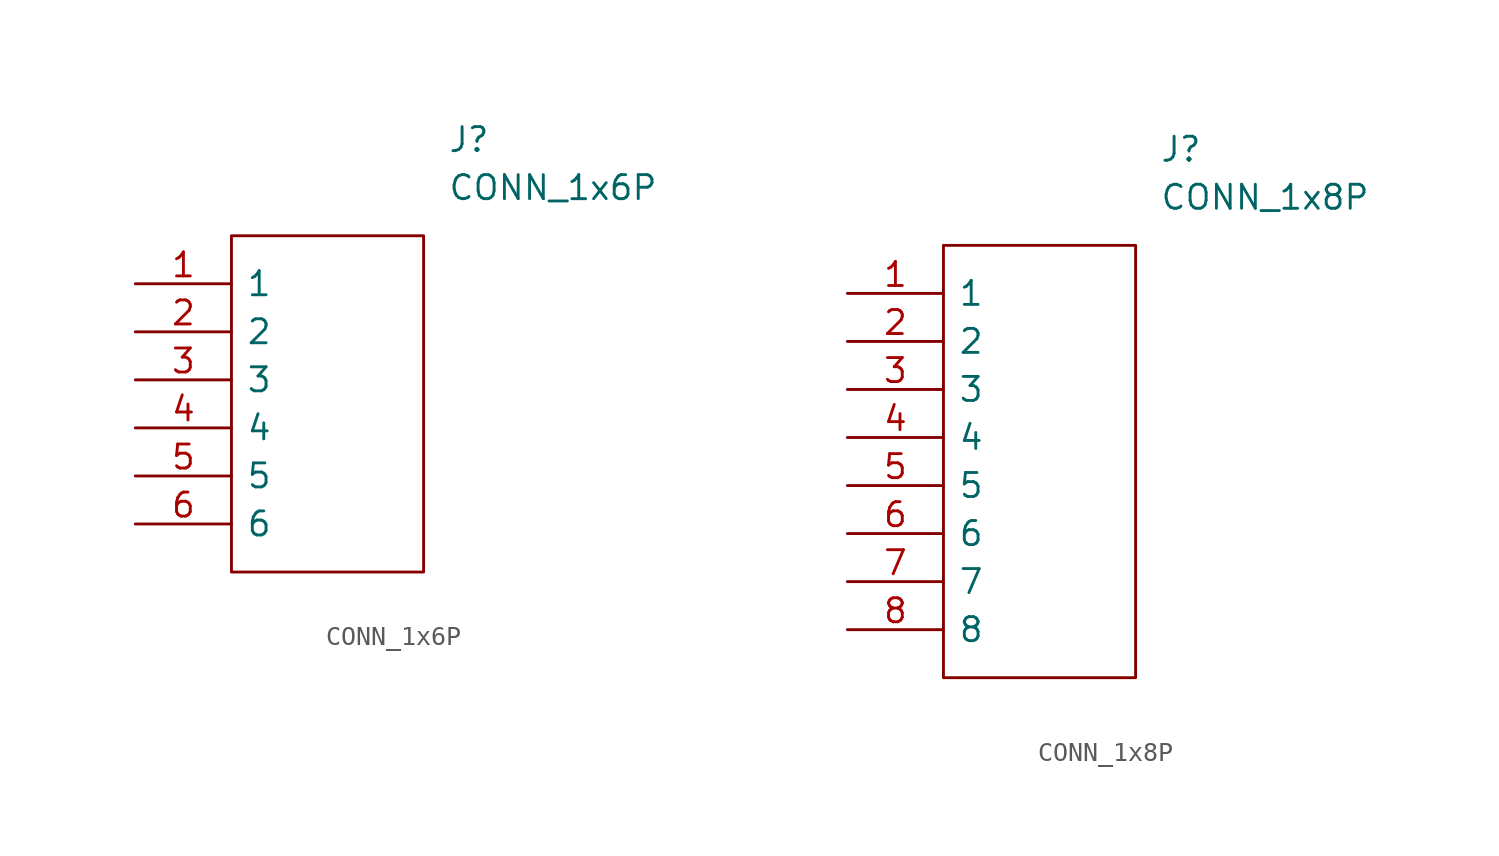
<source format=kicad_sym>
(kicad_symbol_lib
  (version 20211014)
  (generator kicad_symbol_editor)
  (symbol "CONN_1x6P"
    (pin_names
      (offset 0.762))
    (property "Reference" "J"
      (at 16.51 7.62 0)
      (effects (font (size 1.27 1.27)) (justify left)))
    (property "Value" "CONN_1x6P"
      (at 16.51 5.08 0)
      (effects (font (size 1.27 1.27)) (justify left)))
    (symbol "CONN_1x6P_0_0"
      (pin passive line (at 0 -2.54 0) (length 5.08) (name "2" (effects (font (size 1.27 1.27)))) (number "2" (effects (font (size 1.27 1.27)))))
      (pin passive line (at 0 -5.08 0) (length 5.08) (name "3" (effects (font (size 1.27 1.27)))) (number "3" (effects (font (size 1.27 1.27)))))
      (pin passive line (at 0 -7.62 0) (length 5.08) (name "4" (effects (font (size 1.27 1.27)))) (number "4" (effects (font (size 1.27 1.27)))))
      (pin passive line (at 0 -10.16 0) (length 5.08) (name "5" (effects (font (size 1.27 1.27)))) (number "5" (effects (font (size 1.27 1.27)))))
      (pin passive line (at 0 -12.7 0) (length 5.08) (name "6" (effects (font (size 1.27 1.27)))) (number "6" (effects (font (size 1.27 1.27))))))
    (symbol "CONN_1x6P_0_1"
      (polyline (pts (xy 5.08 2.54) (xy 15.24 2.54) (xy 15.24 -15.24) (xy 5.08 -15.24) (xy 5.08 2.54)) (stroke (width 0.152) (type default) (color 0 0 0 0)) (fill (type none))))
    (symbol "CONN_1x6P_1_1"
      (pin passive line (at 0 0 0) (length 5.08) (name "1" (effects (font (size 1.27 1.27)))) (number "1" (effects (font (size 1.27 1.27)))))))
  (symbol "CONN_1x8P"
    (pin_names
      (offset 0.762))
    (property "Reference" "J"
      (at 16.51 7.62 0)
      (effects (font (size 1.27 1.27)) (justify left)))
    (property "Value" "CONN_1x8P"
      (at 16.51 5.08 0)
      (effects (font (size 1.27 1.27)) (justify left)))
    (symbol "CONN_1x8P_0_0"
      (pin passive line (at 0 0 0) (length 5.08) (name "1" (effects (font (size 1.27 1.27)))) (number "1" (effects (font (size 1.27 1.27)))))
      (pin passive line (at 0 -2.54 0) (length 5.08) (name "2" (effects (font (size 1.27 1.27)))) (number "2" (effects (font (size 1.27 1.27)))))
      (pin passive line (at 0 -5.08 0) (length 5.08) (name "3" (effects (font (size 1.27 1.27)))) (number "3" (effects (font (size 1.27 1.27)))))
      (pin passive line (at 0 -7.62 0) (length 5.08) (name "4" (effects (font (size 1.27 1.27)))) (number "4" (effects (font (size 1.27 1.27)))))
      (pin passive line (at 0 -10.16 0) (length 5.08) (name "5" (effects (font (size 1.27 1.27)))) (number "5" (effects (font (size 1.27 1.27)))))
      (pin passive line (at 0 -12.7 0) (length 5.08) (name "6" (effects (font (size 1.27 1.27)))) (number "6" (effects (font (size 1.27 1.27)))))
      (pin passive line (at 0 -15.24 0) (length 5.08) (name "7" (effects (font (size 1.27 1.27)))) (number "7" (effects (font (size 1.27 1.27)))))
      (pin passive line (at 0 -17.78 0) (length 5.08) (name "8" (effects (font (size 1.27 1.27)))) (number "8" (effects (font (size 1.27 1.27))))))
    (symbol "CONN_1x8P_0_1"
      (polyline (pts (xy 5.08 2.54) (xy 15.24 2.54) (xy 15.24 -20.32) (xy 5.08 -20.32) (xy 5.08 2.54)) (stroke (width 0.152) (type default) (color 0 0 0 0)) (fill (type none))))))
</source>
